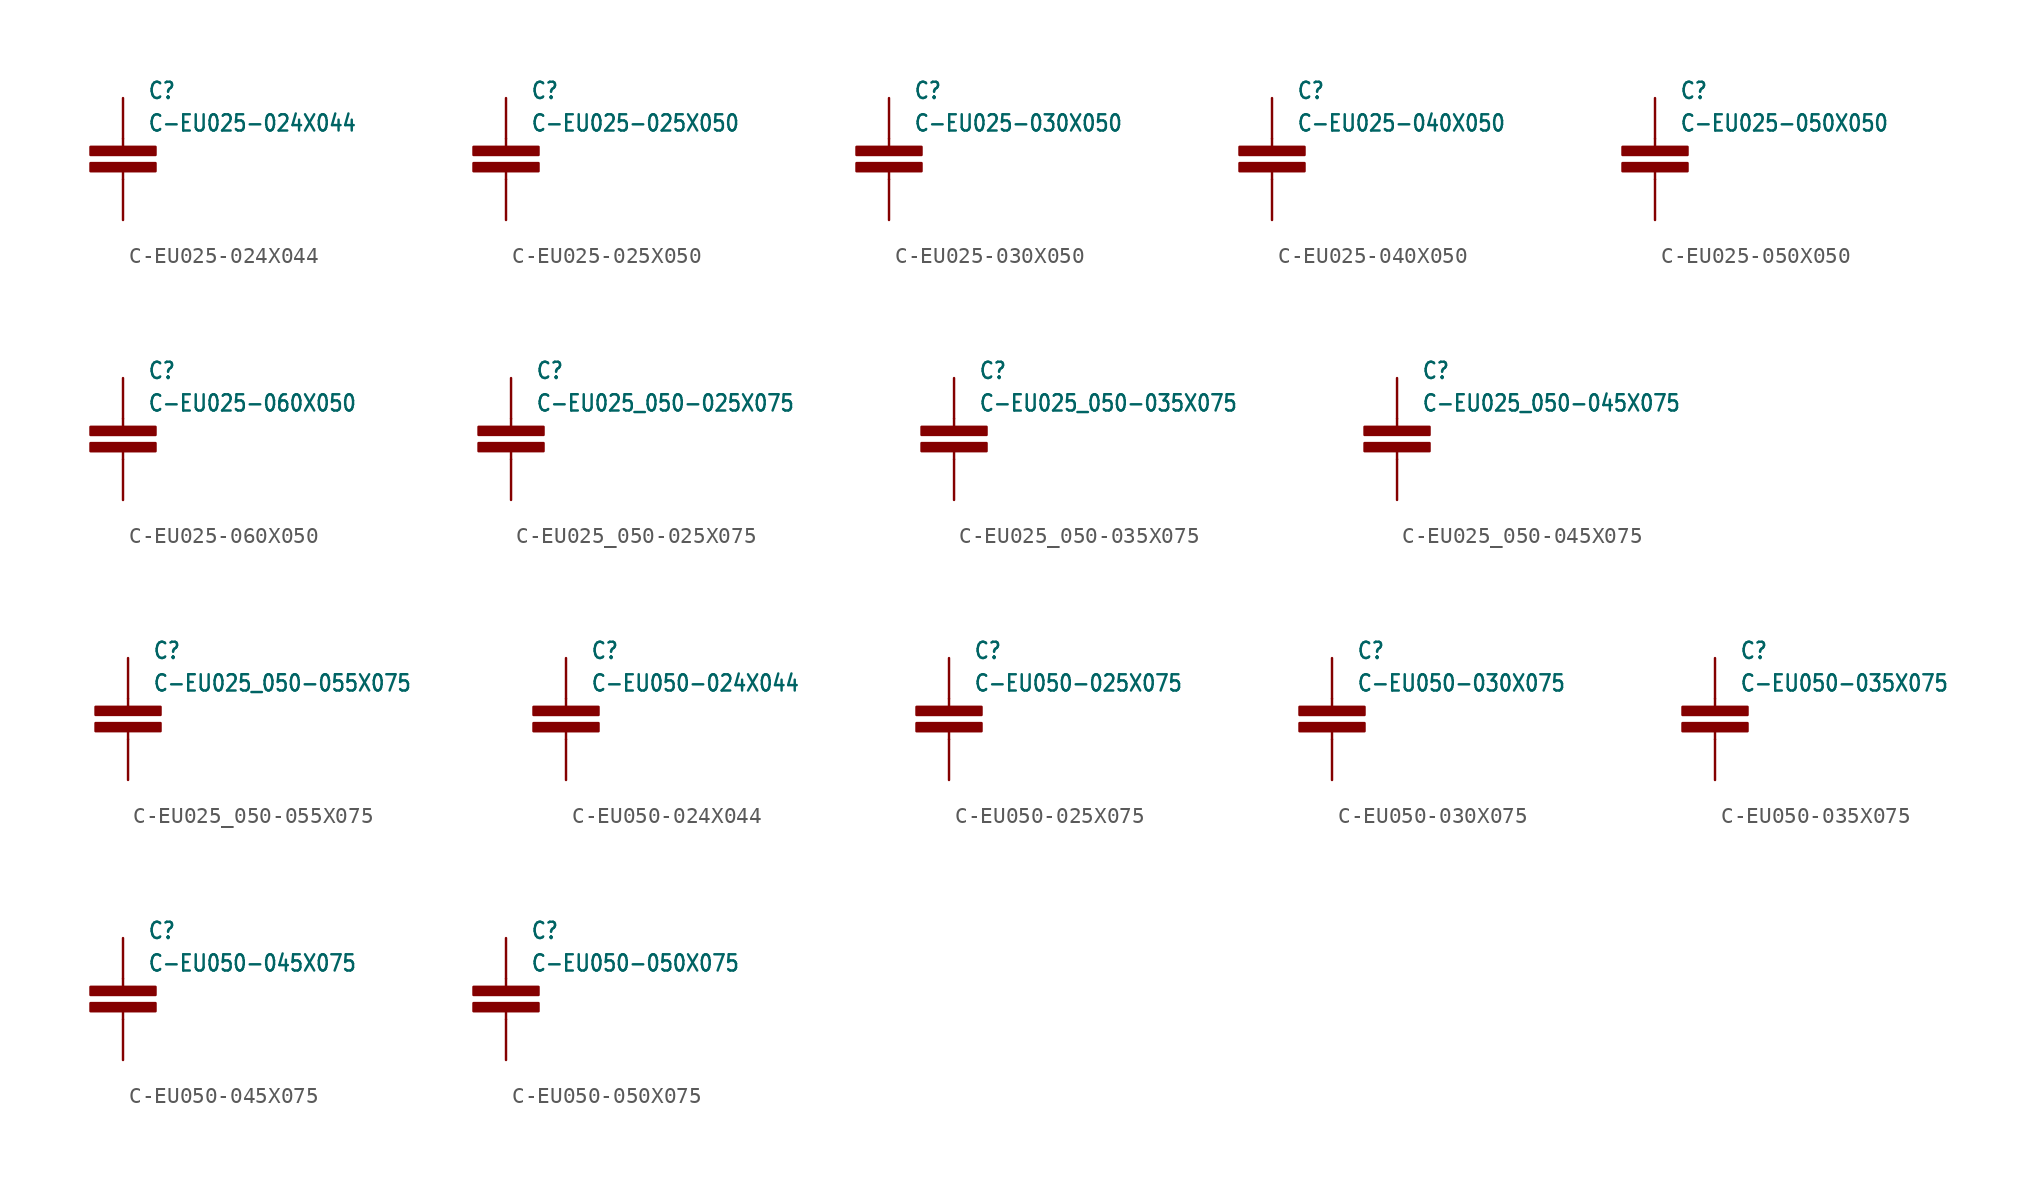
<source format=kicad_sym>
(kicad_symbol_lib
  (version 20220331)
  (generator kicad_symbol_editor)
  (symbol "C-EU025-024X044"
    (property "Reference" "C"
      (at 1.524 2.413 0)
      (effects (font (size 1.016 0.864)) (justify left bottom)))
    (property "Value" "C-EU025-024X044"
      (at 1.524 0.381 0)
      (effects (font (size 1.016 0.864)) (justify left bottom)))
    (property "ki_locked" ""
      (at 0 0 0)
      (effects (font (size 1.27 1.27))))
    (symbol "C-EU025-024X044_1_0"
      (rectangle (start -2.032 -2.032) (end 2.032 -1.524) (stroke (width 0) (type default)) (fill (type outline)))
      (rectangle (start -2.032 -1.016) (end 2.032 -0.508) (stroke (width 0) (type default)) (fill (type outline)))
      (polyline (pts (xy 0 -2.54) (xy 0 -2.032)) (stroke (width 0.152) (type solid)) (fill (type none)))
      (polyline (pts (xy 0 0) (xy 0 -0.508)) (stroke (width 0.152) (type solid)) (fill (type none)))
      (pin passive line (at 0 2.54 270) (length 2.54) (name "1" (effects (font (size 0 0)))) (number "1" (effects (font (size 0 0)))))
      (pin passive line (at 0 -5.08 90) (length 2.54) (name "2" (effects (font (size 0 0)))) (number "2" (effects (font (size 0 0)))))))
  (symbol "C-EU025-025X050"
    (property "Reference" "C"
      (at 1.524 2.413 0)
      (effects (font (size 1.016 0.864)) (justify left bottom)))
    (property "Value" "C-EU025-025X050"
      (at 1.524 0.381 0)
      (effects (font (size 1.016 0.864)) (justify left bottom)))
    (property "ki_locked" ""
      (at 0 0 0)
      (effects (font (size 1.27 1.27))))
    (symbol "C-EU025-025X050_1_0"
      (rectangle (start -2.032 -2.032) (end 2.032 -1.524) (stroke (width 0) (type default)) (fill (type outline)))
      (rectangle (start -2.032 -1.016) (end 2.032 -0.508) (stroke (width 0) (type default)) (fill (type outline)))
      (polyline (pts (xy 0 -2.54) (xy 0 -2.032)) (stroke (width 0.152) (type solid)) (fill (type none)))
      (polyline (pts (xy 0 0) (xy 0 -0.508)) (stroke (width 0.152) (type solid)) (fill (type none)))
      (pin passive line (at 0 2.54 270) (length 2.54) (name "1" (effects (font (size 0 0)))) (number "1" (effects (font (size 0 0)))))
      (pin passive line (at 0 -5.08 90) (length 2.54) (name "2" (effects (font (size 0 0)))) (number "2" (effects (font (size 0 0)))))))
  (symbol "C-EU025-030X050"
    (property "Reference" "C"
      (at 1.524 2.413 0)
      (effects (font (size 1.016 0.864)) (justify left bottom)))
    (property "Value" "C-EU025-030X050"
      (at 1.524 0.381 0)
      (effects (font (size 1.016 0.864)) (justify left bottom)))
    (property "ki_locked" ""
      (at 0 0 0)
      (effects (font (size 1.27 1.27))))
    (symbol "C-EU025-030X050_1_0"
      (rectangle (start -2.032 -2.032) (end 2.032 -1.524) (stroke (width 0) (type default)) (fill (type outline)))
      (rectangle (start -2.032 -1.016) (end 2.032 -0.508) (stroke (width 0) (type default)) (fill (type outline)))
      (polyline (pts (xy 0 -2.54) (xy 0 -2.032)) (stroke (width 0.152) (type solid)) (fill (type none)))
      (polyline (pts (xy 0 0) (xy 0 -0.508)) (stroke (width 0.152) (type solid)) (fill (type none)))
      (pin passive line (at 0 2.54 270) (length 2.54) (name "1" (effects (font (size 0 0)))) (number "1" (effects (font (size 0 0)))))
      (pin passive line (at 0 -5.08 90) (length 2.54) (name "2" (effects (font (size 0 0)))) (number "2" (effects (font (size 0 0)))))))
  (symbol "C-EU025-040X050"
    (property "Reference" "C"
      (at 1.524 2.413 0)
      (effects (font (size 1.016 0.864)) (justify left bottom)))
    (property "Value" "C-EU025-040X050"
      (at 1.524 0.381 0)
      (effects (font (size 1.016 0.864)) (justify left bottom)))
    (property "ki_locked" ""
      (at 0 0 0)
      (effects (font (size 1.27 1.27))))
    (symbol "C-EU025-040X050_1_0"
      (rectangle (start -2.032 -2.032) (end 2.032 -1.524) (stroke (width 0) (type default)) (fill (type outline)))
      (rectangle (start -2.032 -1.016) (end 2.032 -0.508) (stroke (width 0) (type default)) (fill (type outline)))
      (polyline (pts (xy 0 -2.54) (xy 0 -2.032)) (stroke (width 0.152) (type solid)) (fill (type none)))
      (polyline (pts (xy 0 0) (xy 0 -0.508)) (stroke (width 0.152) (type solid)) (fill (type none)))
      (pin passive line (at 0 2.54 270) (length 2.54) (name "1" (effects (font (size 0 0)))) (number "1" (effects (font (size 0 0)))))
      (pin passive line (at 0 -5.08 90) (length 2.54) (name "2" (effects (font (size 0 0)))) (number "2" (effects (font (size 0 0)))))))
  (symbol "C-EU025-050X050"
    (property "Reference" "C"
      (at 1.524 2.413 0)
      (effects (font (size 1.016 0.864)) (justify left bottom)))
    (property "Value" "C-EU025-050X050"
      (at 1.524 0.381 0)
      (effects (font (size 1.016 0.864)) (justify left bottom)))
    (property "ki_locked" ""
      (at 0 0 0)
      (effects (font (size 1.27 1.27))))
    (symbol "C-EU025-050X050_1_0"
      (rectangle (start -2.032 -2.032) (end 2.032 -1.524) (stroke (width 0) (type default)) (fill (type outline)))
      (rectangle (start -2.032 -1.016) (end 2.032 -0.508) (stroke (width 0) (type default)) (fill (type outline)))
      (polyline (pts (xy 0 -2.54) (xy 0 -2.032)) (stroke (width 0.152) (type solid)) (fill (type none)))
      (polyline (pts (xy 0 0) (xy 0 -0.508)) (stroke (width 0.152) (type solid)) (fill (type none)))
      (pin passive line (at 0 2.54 270) (length 2.54) (name "1" (effects (font (size 0 0)))) (number "1" (effects (font (size 0 0)))))
      (pin passive line (at 0 -5.08 90) (length 2.54) (name "2" (effects (font (size 0 0)))) (number "2" (effects (font (size 0 0)))))))
  (symbol "C-EU025-060X050"
    (property "Reference" "C"
      (at 1.524 2.413 0)
      (effects (font (size 1.016 0.864)) (justify left bottom)))
    (property "Value" "C-EU025-060X050"
      (at 1.524 0.381 0)
      (effects (font (size 1.016 0.864)) (justify left bottom)))
    (property "ki_locked" ""
      (at 0 0 0)
      (effects (font (size 1.27 1.27))))
    (symbol "C-EU025-060X050_1_0"
      (rectangle (start -2.032 -2.032) (end 2.032 -1.524) (stroke (width 0) (type default)) (fill (type outline)))
      (rectangle (start -2.032 -1.016) (end 2.032 -0.508) (stroke (width 0) (type default)) (fill (type outline)))
      (polyline (pts (xy 0 -2.54) (xy 0 -2.032)) (stroke (width 0.152) (type solid)) (fill (type none)))
      (polyline (pts (xy 0 0) (xy 0 -0.508)) (stroke (width 0.152) (type solid)) (fill (type none)))
      (pin passive line (at 0 2.54 270) (length 2.54) (name "1" (effects (font (size 0 0)))) (number "1" (effects (font (size 0 0)))))
      (pin passive line (at 0 -5.08 90) (length 2.54) (name "2" (effects (font (size 0 0)))) (number "2" (effects (font (size 0 0)))))))
  (symbol "C-EU025_050-025X075"
    (property "Reference" "C"
      (at 1.524 2.413 0)
      (effects (font (size 1.016 0.864)) (justify left bottom)))
    (property "Value" "C-EU025_050-025X075"
      (at 1.524 0.381 0)
      (effects (font (size 1.016 0.864)) (justify left bottom)))
    (property "ki_locked" ""
      (at 0 0 0)
      (effects (font (size 1.27 1.27))))
    (symbol "C-EU025_050-025X075_1_0"
      (rectangle (start -2.032 -2.032) (end 2.032 -1.524) (stroke (width 0) (type default)) (fill (type outline)))
      (rectangle (start -2.032 -1.016) (end 2.032 -0.508) (stroke (width 0) (type default)) (fill (type outline)))
      (polyline (pts (xy 0 -2.54) (xy 0 -2.032)) (stroke (width 0.152) (type solid)) (fill (type none)))
      (polyline (pts (xy 0 0) (xy 0 -0.508)) (stroke (width 0.152) (type solid)) (fill (type none)))
      (pin passive line (at 0 2.54 270) (length 2.54) (name "1" (effects (font (size 0 0)))) (number "1" (effects (font (size 0 0)))))
      (pin passive line (at 0 -5.08 90) (length 2.54) (name "2" (effects (font (size 0 0)))) (number "2" (effects (font (size 0 0)))))))
  (symbol "C-EU025_050-035X075"
    (property "Reference" "C"
      (at 1.524 2.413 0)
      (effects (font (size 1.016 0.864)) (justify left bottom)))
    (property "Value" "C-EU025_050-035X075"
      (at 1.524 0.381 0)
      (effects (font (size 1.016 0.864)) (justify left bottom)))
    (property "ki_locked" ""
      (at 0 0 0)
      (effects (font (size 1.27 1.27))))
    (symbol "C-EU025_050-035X075_1_0"
      (rectangle (start -2.032 -2.032) (end 2.032 -1.524) (stroke (width 0) (type default)) (fill (type outline)))
      (rectangle (start -2.032 -1.016) (end 2.032 -0.508) (stroke (width 0) (type default)) (fill (type outline)))
      (polyline (pts (xy 0 -2.54) (xy 0 -2.032)) (stroke (width 0.152) (type solid)) (fill (type none)))
      (polyline (pts (xy 0 0) (xy 0 -0.508)) (stroke (width 0.152) (type solid)) (fill (type none)))
      (pin passive line (at 0 2.54 270) (length 2.54) (name "1" (effects (font (size 0 0)))) (number "1" (effects (font (size 0 0)))))
      (pin passive line (at 0 -5.08 90) (length 2.54) (name "2" (effects (font (size 0 0)))) (number "2" (effects (font (size 0 0)))))))
  (symbol "C-EU025_050-045X075"
    (property "Reference" "C"
      (at 1.524 2.413 0)
      (effects (font (size 1.016 0.864)) (justify left bottom)))
    (property "Value" "C-EU025_050-045X075"
      (at 1.524 0.381 0)
      (effects (font (size 1.016 0.864)) (justify left bottom)))
    (property "ki_locked" ""
      (at 0 0 0)
      (effects (font (size 1.27 1.27))))
    (symbol "C-EU025_050-045X075_1_0"
      (rectangle (start -2.032 -2.032) (end 2.032 -1.524) (stroke (width 0) (type default)) (fill (type outline)))
      (rectangle (start -2.032 -1.016) (end 2.032 -0.508) (stroke (width 0) (type default)) (fill (type outline)))
      (polyline (pts (xy 0 -2.54) (xy 0 -2.032)) (stroke (width 0.152) (type solid)) (fill (type none)))
      (polyline (pts (xy 0 0) (xy 0 -0.508)) (stroke (width 0.152) (type solid)) (fill (type none)))
      (pin passive line (at 0 2.54 270) (length 2.54) (name "1" (effects (font (size 0 0)))) (number "1" (effects (font (size 0 0)))))
      (pin passive line (at 0 -5.08 90) (length 2.54) (name "2" (effects (font (size 0 0)))) (number "2" (effects (font (size 0 0)))))))
  (symbol "C-EU025_050-055X075"
    (property "Reference" "C"
      (at 1.524 2.413 0)
      (effects (font (size 1.016 0.864)) (justify left bottom)))
    (property "Value" "C-EU025_050-055X075"
      (at 1.524 0.381 0)
      (effects (font (size 1.016 0.864)) (justify left bottom)))
    (property "ki_locked" ""
      (at 0 0 0)
      (effects (font (size 1.27 1.27))))
    (symbol "C-EU025_050-055X075_1_0"
      (rectangle (start -2.032 -2.032) (end 2.032 -1.524) (stroke (width 0) (type default)) (fill (type outline)))
      (rectangle (start -2.032 -1.016) (end 2.032 -0.508) (stroke (width 0) (type default)) (fill (type outline)))
      (polyline (pts (xy 0 -2.54) (xy 0 -2.032)) (stroke (width 0.152) (type solid)) (fill (type none)))
      (polyline (pts (xy 0 0) (xy 0 -0.508)) (stroke (width 0.152) (type solid)) (fill (type none)))
      (pin passive line (at 0 2.54 270) (length 2.54) (name "1" (effects (font (size 0 0)))) (number "1" (effects (font (size 0 0)))))
      (pin passive line (at 0 -5.08 90) (length 2.54) (name "2" (effects (font (size 0 0)))) (number "2" (effects (font (size 0 0)))))))
  (symbol "C-EU050-024X044"
    (property "Reference" "C"
      (at 1.524 2.413 0)
      (effects (font (size 1.016 0.864)) (justify left bottom)))
    (property "Value" "C-EU050-024X044"
      (at 1.524 0.381 0)
      (effects (font (size 1.016 0.864)) (justify left bottom)))
    (property "ki_locked" ""
      (at 0 0 0)
      (effects (font (size 1.27 1.27))))
    (symbol "C-EU050-024X044_1_0"
      (rectangle (start -2.032 -2.032) (end 2.032 -1.524) (stroke (width 0) (type default)) (fill (type outline)))
      (rectangle (start -2.032 -1.016) (end 2.032 -0.508) (stroke (width 0) (type default)) (fill (type outline)))
      (polyline (pts (xy 0 -2.54) (xy 0 -2.032)) (stroke (width 0.152) (type solid)) (fill (type none)))
      (polyline (pts (xy 0 0) (xy 0 -0.508)) (stroke (width 0.152) (type solid)) (fill (type none)))
      (pin passive line (at 0 2.54 270) (length 2.54) (name "1" (effects (font (size 0 0)))) (number "1" (effects (font (size 0 0)))))
      (pin passive line (at 0 -5.08 90) (length 2.54) (name "2" (effects (font (size 0 0)))) (number "2" (effects (font (size 0 0)))))))
  (symbol "C-EU050-025X075"
    (property "Reference" "C"
      (at 1.524 2.413 0)
      (effects (font (size 1.016 0.864)) (justify left bottom)))
    (property "Value" "C-EU050-025X075"
      (at 1.524 0.381 0)
      (effects (font (size 1.016 0.864)) (justify left bottom)))
    (property "ki_locked" ""
      (at 0 0 0)
      (effects (font (size 1.27 1.27))))
    (symbol "C-EU050-025X075_1_0"
      (rectangle (start -2.032 -2.032) (end 2.032 -1.524) (stroke (width 0) (type default)) (fill (type outline)))
      (rectangle (start -2.032 -1.016) (end 2.032 -0.508) (stroke (width 0) (type default)) (fill (type outline)))
      (polyline (pts (xy 0 -2.54) (xy 0 -2.032)) (stroke (width 0.152) (type solid)) (fill (type none)))
      (polyline (pts (xy 0 0) (xy 0 -0.508)) (stroke (width 0.152) (type solid)) (fill (type none)))
      (pin passive line (at 0 2.54 270) (length 2.54) (name "1" (effects (font (size 0 0)))) (number "1" (effects (font (size 0 0)))))
      (pin passive line (at 0 -5.08 90) (length 2.54) (name "2" (effects (font (size 0 0)))) (number "2" (effects (font (size 0 0)))))))
  (symbol "C-EU050-030X075"
    (property "Reference" "C"
      (at 1.524 2.413 0)
      (effects (font (size 1.016 0.864)) (justify left bottom)))
    (property "Value" "C-EU050-030X075"
      (at 1.524 0.381 0)
      (effects (font (size 1.016 0.864)) (justify left bottom)))
    (property "ki_locked" ""
      (at 0 0 0)
      (effects (font (size 1.27 1.27))))
    (symbol "C-EU050-030X075_1_0"
      (rectangle (start -2.032 -2.032) (end 2.032 -1.524) (stroke (width 0) (type default)) (fill (type outline)))
      (rectangle (start -2.032 -1.016) (end 2.032 -0.508) (stroke (width 0) (type default)) (fill (type outline)))
      (polyline (pts (xy 0 -2.54) (xy 0 -2.032)) (stroke (width 0.152) (type solid)) (fill (type none)))
      (polyline (pts (xy 0 0) (xy 0 -0.508)) (stroke (width 0.152) (type solid)) (fill (type none)))
      (pin passive line (at 0 2.54 270) (length 2.54) (name "1" (effects (font (size 0 0)))) (number "1" (effects (font (size 0 0)))))
      (pin passive line (at 0 -5.08 90) (length 2.54) (name "2" (effects (font (size 0 0)))) (number "2" (effects (font (size 0 0)))))))
  (symbol "C-EU050-035X075"
    (property "Reference" "C"
      (at 1.524 2.413 0)
      (effects (font (size 1.016 0.864)) (justify left bottom)))
    (property "Value" "C-EU050-035X075"
      (at 1.524 0.381 0)
      (effects (font (size 1.016 0.864)) (justify left bottom)))
    (property "ki_locked" ""
      (at 0 0 0)
      (effects (font (size 1.27 1.27))))
    (symbol "C-EU050-035X075_1_0"
      (rectangle (start -2.032 -2.032) (end 2.032 -1.524) (stroke (width 0) (type default)) (fill (type outline)))
      (rectangle (start -2.032 -1.016) (end 2.032 -0.508) (stroke (width 0) (type default)) (fill (type outline)))
      (polyline (pts (xy 0 -2.54) (xy 0 -2.032)) (stroke (width 0.152) (type solid)) (fill (type none)))
      (polyline (pts (xy 0 0) (xy 0 -0.508)) (stroke (width 0.152) (type solid)) (fill (type none)))
      (pin passive line (at 0 2.54 270) (length 2.54) (name "1" (effects (font (size 0 0)))) (number "1" (effects (font (size 0 0)))))
      (pin passive line (at 0 -5.08 90) (length 2.54) (name "2" (effects (font (size 0 0)))) (number "2" (effects (font (size 0 0)))))))
  (symbol "C-EU050-045X075"
    (property "Reference" "C"
      (at 1.524 2.413 0)
      (effects (font (size 1.016 0.864)) (justify left bottom)))
    (property "Value" "C-EU050-045X075"
      (at 1.524 0.381 0)
      (effects (font (size 1.016 0.864)) (justify left bottom)))
    (property "ki_locked" ""
      (at 0 0 0)
      (effects (font (size 1.27 1.27))))
    (symbol "C-EU050-045X075_1_0"
      (rectangle (start -2.032 -2.032) (end 2.032 -1.524) (stroke (width 0) (type default)) (fill (type outline)))
      (rectangle (start -2.032 -1.016) (end 2.032 -0.508) (stroke (width 0) (type default)) (fill (type outline)))
      (polyline (pts (xy 0 -2.54) (xy 0 -2.032)) (stroke (width 0.152) (type solid)) (fill (type none)))
      (polyline (pts (xy 0 0) (xy 0 -0.508)) (stroke (width 0.152) (type solid)) (fill (type none)))
      (pin passive line (at 0 2.54 270) (length 2.54) (name "1" (effects (font (size 0 0)))) (number "1" (effects (font (size 0 0)))))
      (pin passive line (at 0 -5.08 90) (length 2.54) (name "2" (effects (font (size 0 0)))) (number "2" (effects (font (size 0 0)))))))
  (symbol "C-EU050-050X075"
    (property "Reference" "C"
      (at 1.524 2.413 0)
      (effects (font (size 1.016 0.864)) (justify left bottom)))
    (property "Value" "C-EU050-050X075"
      (at 1.524 0.381 0)
      (effects (font (size 1.016 0.864)) (justify left bottom)))
    (property "ki_locked" ""
      (at 0 0 0)
      (effects (font (size 1.27 1.27))))
    (symbol "C-EU050-050X075_1_0"
      (rectangle (start -2.032 -2.032) (end 2.032 -1.524) (stroke (width 0) (type default)) (fill (type outline)))
      (rectangle (start -2.032 -1.016) (end 2.032 -0.508) (stroke (width 0) (type default)) (fill (type outline)))
      (polyline (pts (xy 0 -2.54) (xy 0 -2.032)) (stroke (width 0.152) (type solid)) (fill (type none)))
      (polyline (pts (xy 0 0) (xy 0 -0.508)) (stroke (width 0.152) (type solid)) (fill (type none)))
      (pin passive line (at 0 2.54 270) (length 2.54) (name "1" (effects (font (size 0 0)))) (number "1" (effects (font (size 0 0)))))
      (pin passive line (at 0 -5.08 90) (length 2.54) (name "2" (effects (font (size 0 0)))) (number "2" (effects (font (size 0 0))))))))
</source>
